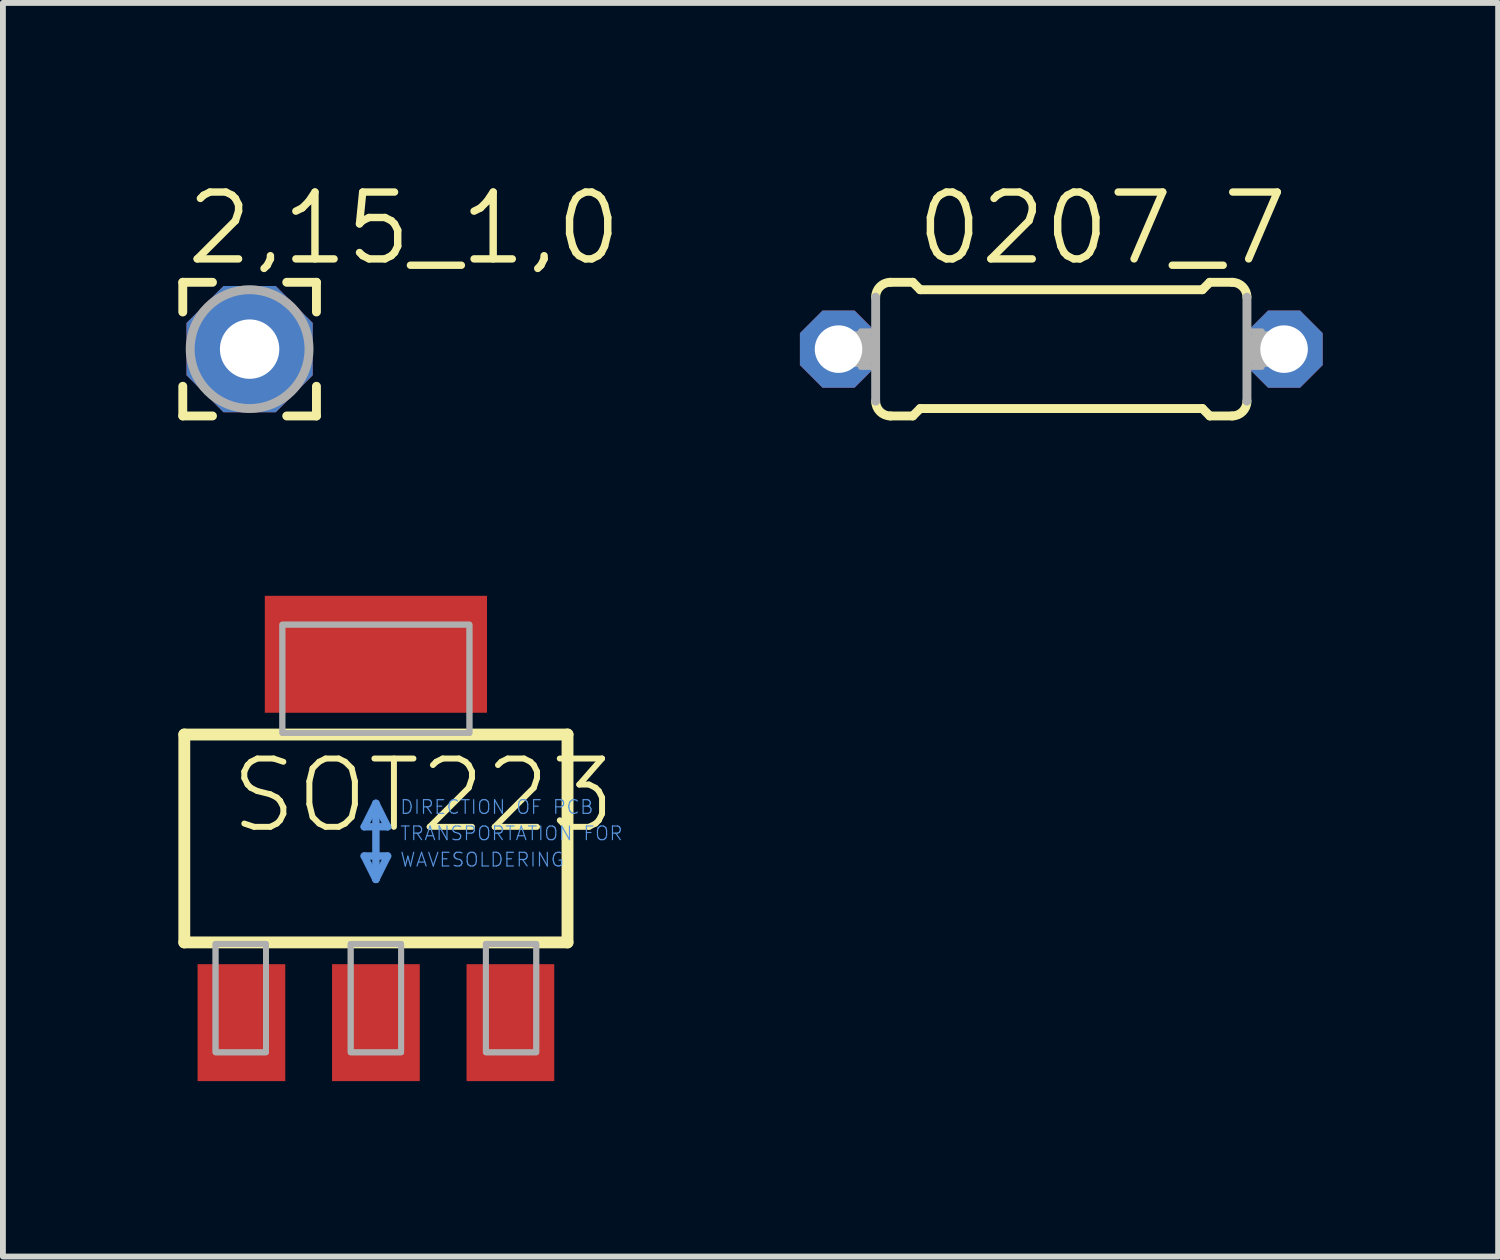
<source format=kicad_pcb>
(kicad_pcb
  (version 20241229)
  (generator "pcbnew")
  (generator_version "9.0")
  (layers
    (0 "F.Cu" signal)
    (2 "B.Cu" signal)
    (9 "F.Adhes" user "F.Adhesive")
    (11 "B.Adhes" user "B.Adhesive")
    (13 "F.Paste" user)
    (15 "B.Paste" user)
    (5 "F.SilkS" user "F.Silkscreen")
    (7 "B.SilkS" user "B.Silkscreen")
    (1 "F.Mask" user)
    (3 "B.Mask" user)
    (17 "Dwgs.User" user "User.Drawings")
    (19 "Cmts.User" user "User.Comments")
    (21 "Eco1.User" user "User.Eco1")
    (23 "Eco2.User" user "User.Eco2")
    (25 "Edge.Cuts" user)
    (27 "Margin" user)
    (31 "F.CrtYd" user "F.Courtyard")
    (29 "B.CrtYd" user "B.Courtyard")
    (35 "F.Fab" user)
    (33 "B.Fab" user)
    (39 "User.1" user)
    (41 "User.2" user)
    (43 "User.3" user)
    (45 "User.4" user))
  (footprint "2,15_1,0"
    (layer "F.Cu")
    (at 1.219 2.921)
    (property "Reference" "2,15_1,0" (at -1.143 -1.397 0) (layer "F.SilkS") (effects (font (size 1.143 1.143) (thickness 0.127)) (justify left bottom)))
    (fp_line (start -1.143 -1.143) (end -1.143 -0.635) (stroke (width 0.152) (type solid)) (layer "F.SilkS"))
    (fp_line (start -1.143 0.635) (end -1.143 1.143) (stroke (width 0.152) (type solid)) (layer "F.SilkS"))
    (fp_line (start -1.143 1.143) (end -0.635 1.143) (stroke (width 0.152) (type solid)) (layer "F.SilkS"))
    (fp_line (start -0.635 -1.143) (end -1.143 -1.143) (stroke (width 0.152) (type solid)) (layer "F.SilkS"))
    (fp_line (start 1.143 -1.143) (end 0.635 -1.143) (stroke (width 0.152) (type solid)) (layer "F.SilkS"))
    (fp_line (start 1.143 -0.635) (end 1.143 -1.143) (stroke (width 0.152) (type solid)) (layer "F.SilkS"))
    (fp_line (start 1.143 1.143) (end 0.635 1.143) (stroke (width 0.152) (type solid)) (layer "F.SilkS"))
    (fp_line (start 1.143 1.143) (end 1.143 0.635) (stroke (width 0.152) (type solid)) (layer "F.SilkS"))
    (fp_circle (center 0 0) (end 1.016 0) (stroke (width 0.152) (type solid)) (fill no) (layer "F.Fab"))
    (pad "1" thru_hole roundrect (at 0 0) (size 2.159 2.159) (drill 1.016) (layers "*.Cu" "*.Mask") (roundrect_rratio 0.25) (chamfer_ratio 0.293) (chamfer top_left top_right bottom_left bottom_right)))
  (footprint "0207_7"
    (layer "F.Cu")
    (at 15.101 2.921)
    (property "Reference" "0207_7" (at -2.54 -1.397 0) (layer "F.SilkS") (effects (font (size 1.143 1.143) (thickness 0.127)) (justify left bottom)))
    (fp_line (start -2.921 -1.143) (end -2.54 -1.143) (stroke (width 0.152) (type solid)) (layer "F.SilkS"))
    (fp_line (start -2.921 1.143) (end -2.54 1.143) (stroke (width 0.152) (type solid)) (layer "F.SilkS"))
    (fp_line (start -2.413 -1.016) (end -2.54 -1.143) (stroke (width 0.152) (type solid)) (layer "F.SilkS"))
    (fp_line (start -2.413 1.016) (end -2.54 1.143) (stroke (width 0.152) (type solid)) (layer "F.SilkS"))
    (fp_line (start 2.413 -1.016) (end -2.413 -1.016) (stroke (width 0.152) (type solid)) (layer "F.SilkS"))
    (fp_line (start 2.413 -1.016) (end 2.54 -1.143) (stroke (width 0.152) (type solid)) (layer "F.SilkS"))
    (fp_line (start 2.413 1.016) (end -2.413 1.016) (stroke (width 0.152) (type solid)) (layer "F.SilkS"))
    (fp_line (start 2.413 1.016) (end 2.54 1.143) (stroke (width 0.152) (type solid)) (layer "F.SilkS"))
    (fp_line (start 2.921 -1.143) (end 2.54 -1.143) (stroke (width 0.152) (type solid)) (layer "F.SilkS"))
    (fp_line (start 2.921 1.143) (end 2.54 1.143) (stroke (width 0.152) (type solid)) (layer "F.SilkS"))
    (fp_arc (start -3.175 -0.889) (mid -3.100605 -1.068605) (end -2.921 -1.143) (stroke (width 0.1524) (type solid)) (layer "F.SilkS"))
    (fp_arc (start -2.921 1.143) (mid -3.100605 1.068605) (end -3.175 0.889) (stroke (width 0.1524) (type solid)) (layer "F.SilkS"))
    (fp_arc (start 2.921 -1.143) (mid 3.100605 -1.068605) (end 3.175 -0.889) (stroke (width 0.1524) (type solid)) (layer "F.SilkS"))
    (fp_arc (start 3.175 0.889) (mid 3.100605 1.068605) (end 2.921 1.143) (stroke (width 0.1524) (type solid)) (layer "F.SilkS"))
    (fp_line (start -3.81 0) (end -3.429 0) (stroke (width 0.61) (type solid)) (layer "F.Fab"))
    (fp_line (start -3.175 0.889) (end -3.175 -0.889) (stroke (width 0.152) (type solid)) (layer "F.Fab"))
    (fp_line (start 3.175 0.889) (end 3.175 -0.889) (stroke (width 0.152) (type solid)) (layer "F.Fab"))
    (fp_line (start 3.429 0) (end 3.81 0) (stroke (width 0.61) (type solid)) (layer "F.Fab"))
    (fp_poly (pts (xy -3.429 0.305) (xy -3.175 0.305) (xy -3.175 -0.305) (xy -3.429 -0.305)) (stroke (width 0.1) (type solid)) (fill no) (layer "F.Fab"))
    (fp_poly (pts (xy 3.175 0.305) (xy 3.429 0.305) (xy 3.429 -0.305) (xy 3.175 -0.305)) (stroke (width 0.1) (type solid)) (fill no) (layer "F.Fab"))
    (pad "1" thru_hole roundrect (at -3.81 0) (size 1.321 1.321) (drill 0.813) (layers "*.Cu" "*.Mask") (roundrect_rratio 0.25) (chamfer_ratio 0.293) (chamfer top_left top_right bottom_left bottom_right))
    (pad "2" thru_hole roundrect (at 3.81 0) (size 1.321 1.321) (drill 0.813) (layers "*.Cu" "*.Mask") (roundrect_rratio 0.25) (chamfer_ratio 0.293) (chamfer top_left top_right bottom_left bottom_right)))
  (footprint "SOT223"
    (layer "F.Cu")
    (at 3.379 11.29)
    (property "Reference" "SOT223" (at -2.54 -0.051 0) (layer "F.SilkS") (effects (font (size 1.168 1.168) (thickness 0.102)) (justify left bottom)))
    (fp_line (start -3.277 -1.778) (end 3.277 -1.778) (stroke (width 0.203) (type solid)) (layer "F.SilkS"))
    (fp_line (start -3.277 1.778) (end -3.277 -1.778) (stroke (width 0.203) (type solid)) (layer "F.SilkS"))
    (fp_line (start 3.277 -1.778) (end 3.277 1.778) (stroke (width 0.203) (type solid)) (layer "F.SilkS"))
    (fp_line (start 3.277 1.778) (end -3.277 1.778) (stroke (width 0.203) (type solid)) (layer "F.SilkS"))
    (fp_line (start -0.2 -0.2) (end 0.2 -0.2) (stroke (width 0.127) (type solid)) (layer "Cmts.User"))
    (fp_line (start -0.2 0.3) (end 0 0.7) (stroke (width 0.127) (type solid)) (layer "Cmts.User"))
    (fp_line (start 0 -0.6) (end -0.2 -0.2) (stroke (width 0.127) (type solid)) (layer "Cmts.User"))
    (fp_line (start 0 0.7) (end 0 -0.6) (stroke (width 0.127) (type solid)) (layer "Cmts.User"))
    (fp_line (start 0 0.7) (end 0.2 0.3) (stroke (width 0.127) (type solid)) (layer "Cmts.User"))
    (fp_line (start 0.2 -0.2) (end 0 -0.6) (stroke (width 0.127) (type solid)) (layer "Cmts.User"))
    (fp_line (start 0.2 0.3) (end -0.2 0.3) (stroke (width 0.127) (type solid)) (layer "Cmts.User"))
    (fp_poly (pts (xy -2.743 1.803) (xy -2.743 3.658) (xy -1.88 3.658) (xy -1.88 1.803)) (stroke (width 0.1) (type solid)) (fill no) (layer "F.Fab"))
    (fp_poly (pts (xy -2.743 1.803) (xy -2.743 3.658) (xy -1.88 3.658) (xy -1.88 1.803)) (stroke (width 0.1) (type solid)) (fill no) (layer "F.Fab"))
    (fp_poly (pts (xy -1.6 -3.658) (xy -1.6 -1.803) (xy 1.6 -1.803) (xy 1.6 -3.658)) (stroke (width 0.1) (type solid)) (fill no) (layer "F.Fab"))
    (fp_poly (pts (xy -1.6 -3.658) (xy -1.6 -1.803) (xy 1.6 -1.803) (xy 1.6 -3.658)) (stroke (width 0.1) (type solid)) (fill no) (layer "F.Fab"))
    (fp_poly (pts (xy -0.432 1.803) (xy -0.432 3.658) (xy 0.432 3.658) (xy 0.432 1.803)) (stroke (width 0.1) (type solid)) (fill no) (layer "F.Fab"))
    (fp_poly (pts (xy -0.432 1.803) (xy -0.432 3.658) (xy 0.432 3.658) (xy 0.432 1.803)) (stroke (width 0.1) (type solid)) (fill no) (layer "F.Fab"))
    (fp_poly (pts (xy 1.88 1.803) (xy 1.88 3.658) (xy 2.743 3.658) (xy 2.743 1.803)) (stroke (width 0.1) (type solid)) (fill no) (layer "F.Fab"))
    (fp_poly (pts (xy 1.88 1.803) (xy 1.88 3.658) (xy 2.743 3.658) (xy 2.743 1.803)) (stroke (width 0.1) (type solid)) (fill no) (layer "F.Fab"))
    (fp_text user "WAVESOLDERING" (at 0.4 0.5 0) (layer "Cmts.User") (effects (font (size 0.234 0.234) (thickness 0.02)) (justify left bottom)))
    (fp_text user "TRANSPORTATION FOR" (at 0.4 0.05 0) (layer "Cmts.User") (effects (font (size 0.234 0.234) (thickness 0.02)) (justify left bottom)))
    (fp_text user "DIRECTION OF PCB" (at 0.4 -0.4 0) (layer "Cmts.User") (effects (font (size 0.234 0.234) (thickness 0.02)) (justify left bottom)))
    (pad "1" smd rect (at -2.3 3.15) (size 1.5 2) (layers "F.Cu" "F.Mask" "F.Paste"))
    (pad "2" smd rect (at 0 3.15) (size 1.5 2) (layers "F.Cu" "F.Mask" "F.Paste"))
    (pad "3" smd rect (at 2.3 3.15) (size 1.5 2) (layers "F.Cu" "F.Mask" "F.Paste"))
    (pad "4" smd rect (at 0 -3.15) (size 3.8 2) (layers "F.Cu" "F.Mask" "F.Paste")))
  (gr_rect
    (start -3 -3)
    (end 22.572 18.44)
    (stroke (width 0.1) (type default))
    (fill no)
    (layer "Edge.Cuts")))
</source>
